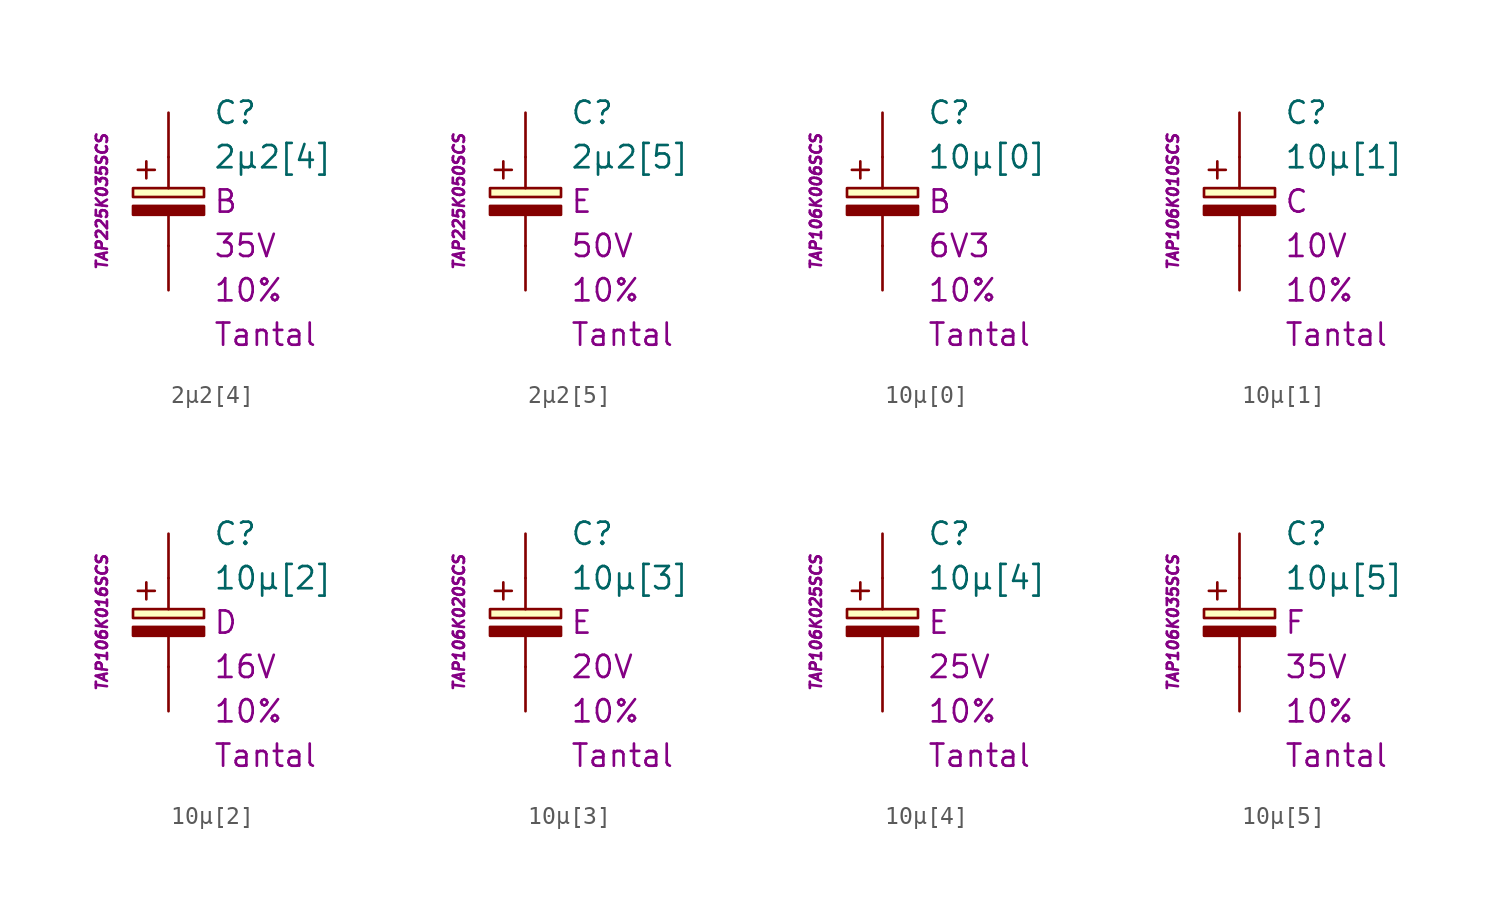
<source format=kicad_sym>
(kicad_symbol_lib
  (version 20201005)
  (generator kicad_symbol_editor)
  (symbol "2µ2[4]"
    (pin_numbers hide)
    (pin_names
      (offset 1.016) hide)
    (property "Reference" "C"
      (at 2.54 5.08 0)
      (effects (font (size 1.27 1.27)) (justify left)))
    (property "Value" "2µ2[4]"
      (at 2.54 2.54 0)
      (effects (font (size 1.27 1.27)) (justify left)))
    (property "Package" "B"
      (at 2.54 0 0)
      (effects (font (size 1.27 1.27)) (justify left)))
    (property "Voltage" "35V"
      (at 2.54 -2.54 0)
      (effects (font (size 1.27 1.27)) (justify left)))
    (property "Tolerance" "10%"
      (at 2.54 -5.08 0)
      (effects (font (size 1.27 1.27)) (justify left)))
    (property "Dielectric" "Tantal"
      (at 2.54 -7.62 0)
      (effects (font (size 1.27 1.27)) (justify left)))
    (property "MPN" "TAP225K035SCS"
      (at -3.81 0 90)
      (effects (font (size 0.635 0.635) italic)))
    (symbol "2µ2[4]_0_0"
      (text "+" (at -1.27 1.905 0) (effects (font (size 1.27 1.27)))))
    (symbol "2µ2[4]_0_1"
      (rectangle (start -2.032 -0.254) (end 2.032 -0.762) (stroke (width 0.152)) (fill (type outline)))
      (rectangle (start -2.032 0.254) (end 2.032 0.762) (stroke (width 0.152)) (fill (type background)))
      (polyline (pts (xy 0 -2.54) (xy 0 -0.762)) (stroke (width 0.152)) (fill (type none)))
      (polyline (pts (xy 0 0.762) (xy 0 2.54)) (stroke (width 0.152)) (fill (type none))))
    (symbol "2µ2[4]_1_1"
      (pin passive line (at 0 5.08 270) (length 2.54) (name "~" (effects (font (size 1.778 1.778)))) (number "1" (effects (font (size 1.778 1.778)))))
      (pin passive line (at 0 -5.08 90) (length 2.54) (name "~" (effects (font (size 1.778 1.778)))) (number "2" (effects (font (size 1.778 1.778)))))))
  (symbol "2µ2[5]"
    (pin_numbers hide)
    (pin_names
      (offset 1.016) hide)
    (property "Reference" "C"
      (at 2.54 5.08 0)
      (effects (font (size 1.27 1.27)) (justify left)))
    (property "Value" "2µ2[5]"
      (at 2.54 2.54 0)
      (effects (font (size 1.27 1.27)) (justify left)))
    (property "Package" "E"
      (at 2.54 0 0)
      (effects (font (size 1.27 1.27)) (justify left)))
    (property "Voltage" "50V"
      (at 2.54 -2.54 0)
      (effects (font (size 1.27 1.27)) (justify left)))
    (property "Tolerance" "10%"
      (at 2.54 -5.08 0)
      (effects (font (size 1.27 1.27)) (justify left)))
    (property "Dielectric" "Tantal"
      (at 2.54 -7.62 0)
      (effects (font (size 1.27 1.27)) (justify left)))
    (property "MPN" "TAP225K050SCS"
      (at -3.81 0 90)
      (effects (font (size 0.635 0.635) italic)))
    (symbol "2µ2[5]_0_0"
      (text "+" (at -1.27 1.905 0) (effects (font (size 1.27 1.27)))))
    (symbol "2µ2[5]_0_1"
      (rectangle (start -2.032 -0.254) (end 2.032 -0.762) (stroke (width 0.152)) (fill (type outline)))
      (rectangle (start -2.032 0.254) (end 2.032 0.762) (stroke (width 0.152)) (fill (type background)))
      (polyline (pts (xy 0 -2.54) (xy 0 -0.762)) (stroke (width 0.152)) (fill (type none)))
      (polyline (pts (xy 0 0.762) (xy 0 2.54)) (stroke (width 0.152)) (fill (type none))))
    (symbol "2µ2[5]_1_1"
      (pin passive line (at 0 5.08 270) (length 2.54) (name "~" (effects (font (size 1.778 1.778)))) (number "1" (effects (font (size 1.778 1.778)))))
      (pin passive line (at 0 -5.08 90) (length 2.54) (name "~" (effects (font (size 1.778 1.778)))) (number "2" (effects (font (size 1.778 1.778)))))))
  (symbol "10µ[0]"
    (pin_numbers hide)
    (pin_names
      (offset 1.016) hide)
    (property "Reference" "C"
      (at 2.54 5.08 0)
      (effects (font (size 1.27 1.27)) (justify left)))
    (property "Value" "10µ[0]"
      (at 2.54 2.54 0)
      (effects (font (size 1.27 1.27)) (justify left)))
    (property "Package" "B"
      (at 2.54 0 0)
      (effects (font (size 1.27 1.27)) (justify left)))
    (property "Voltage" "6V3"
      (at 2.54 -2.54 0)
      (effects (font (size 1.27 1.27)) (justify left)))
    (property "Tolerance" "10%"
      (at 2.54 -5.08 0)
      (effects (font (size 1.27 1.27)) (justify left)))
    (property "Dielectric" "Tantal"
      (at 2.54 -7.62 0)
      (effects (font (size 1.27 1.27)) (justify left)))
    (property "MPN" "TAP106K006SCS"
      (at -3.81 0 90)
      (effects (font (size 0.635 0.635) italic)))
    (symbol "10µ[0]_0_0"
      (text "+" (at -1.27 1.905 0) (effects (font (size 1.27 1.27)))))
    (symbol "10µ[0]_0_1"
      (rectangle (start -2.032 -0.254) (end 2.032 -0.762) (stroke (width 0.152)) (fill (type outline)))
      (rectangle (start -2.032 0.254) (end 2.032 0.762) (stroke (width 0.152)) (fill (type background)))
      (polyline (pts (xy 0 -2.54) (xy 0 -0.762)) (stroke (width 0.152)) (fill (type none)))
      (polyline (pts (xy 0 0.762) (xy 0 2.54)) (stroke (width 0.152)) (fill (type none))))
    (symbol "10µ[0]_1_1"
      (pin passive line (at 0 5.08 270) (length 2.54) (name "~" (effects (font (size 1.778 1.778)))) (number "1" (effects (font (size 1.778 1.778)))))
      (pin passive line (at 0 -5.08 90) (length 2.54) (name "~" (effects (font (size 1.778 1.778)))) (number "2" (effects (font (size 1.778 1.778)))))))
  (symbol "10µ[1]"
    (pin_numbers hide)
    (pin_names
      (offset 1.016) hide)
    (property "Reference" "C"
      (at 2.54 5.08 0)
      (effects (font (size 1.27 1.27)) (justify left)))
    (property "Value" "10µ[1]"
      (at 2.54 2.54 0)
      (effects (font (size 1.27 1.27)) (justify left)))
    (property "Package" "C"
      (at 2.54 0 0)
      (effects (font (size 1.27 1.27)) (justify left)))
    (property "Voltage" "10V"
      (at 2.54 -2.54 0)
      (effects (font (size 1.27 1.27)) (justify left)))
    (property "Tolerance" "10%"
      (at 2.54 -5.08 0)
      (effects (font (size 1.27 1.27)) (justify left)))
    (property "Dielectric" "Tantal"
      (at 2.54 -7.62 0)
      (effects (font (size 1.27 1.27)) (justify left)))
    (property "MPN" "TAP106K010SCS"
      (at -3.81 0 90)
      (effects (font (size 0.635 0.635) italic)))
    (symbol "10µ[1]_0_0"
      (text "+" (at -1.27 1.905 0) (effects (font (size 1.27 1.27)))))
    (symbol "10µ[1]_0_1"
      (rectangle (start -2.032 -0.254) (end 2.032 -0.762) (stroke (width 0.152)) (fill (type outline)))
      (rectangle (start -2.032 0.254) (end 2.032 0.762) (stroke (width 0.152)) (fill (type background)))
      (polyline (pts (xy 0 -2.54) (xy 0 -0.762)) (stroke (width 0.152)) (fill (type none)))
      (polyline (pts (xy 0 0.762) (xy 0 2.54)) (stroke (width 0.152)) (fill (type none))))
    (symbol "10µ[1]_1_1"
      (pin passive line (at 0 5.08 270) (length 2.54) (name "~" (effects (font (size 1.778 1.778)))) (number "1" (effects (font (size 1.778 1.778)))))
      (pin passive line (at 0 -5.08 90) (length 2.54) (name "~" (effects (font (size 1.778 1.778)))) (number "2" (effects (font (size 1.778 1.778)))))))
  (symbol "10µ[2]"
    (pin_numbers hide)
    (pin_names
      (offset 1.016) hide)
    (property "Reference" "C"
      (at 2.54 5.08 0)
      (effects (font (size 1.27 1.27)) (justify left)))
    (property "Value" "10µ[2]"
      (at 2.54 2.54 0)
      (effects (font (size 1.27 1.27)) (justify left)))
    (property "Package" "D"
      (at 2.54 0 0)
      (effects (font (size 1.27 1.27)) (justify left)))
    (property "Voltage" "16V"
      (at 2.54 -2.54 0)
      (effects (font (size 1.27 1.27)) (justify left)))
    (property "Tolerance" "10%"
      (at 2.54 -5.08 0)
      (effects (font (size 1.27 1.27)) (justify left)))
    (property "Dielectric" "Tantal"
      (at 2.54 -7.62 0)
      (effects (font (size 1.27 1.27)) (justify left)))
    (property "MPN" "TAP106K016SCS"
      (at -3.81 0 90)
      (effects (font (size 0.635 0.635) italic)))
    (symbol "10µ[2]_0_0"
      (text "+" (at -1.27 1.905 0) (effects (font (size 1.27 1.27)))))
    (symbol "10µ[2]_0_1"
      (rectangle (start -2.032 -0.254) (end 2.032 -0.762) (stroke (width 0.152)) (fill (type outline)))
      (rectangle (start -2.032 0.254) (end 2.032 0.762) (stroke (width 0.152)) (fill (type background)))
      (polyline (pts (xy 0 -2.54) (xy 0 -0.762)) (stroke (width 0.152)) (fill (type none)))
      (polyline (pts (xy 0 0.762) (xy 0 2.54)) (stroke (width 0.152)) (fill (type none))))
    (symbol "10µ[2]_1_1"
      (pin passive line (at 0 5.08 270) (length 2.54) (name "~" (effects (font (size 1.778 1.778)))) (number "1" (effects (font (size 1.778 1.778)))))
      (pin passive line (at 0 -5.08 90) (length 2.54) (name "~" (effects (font (size 1.778 1.778)))) (number "2" (effects (font (size 1.778 1.778)))))))
  (symbol "10µ[3]"
    (pin_numbers hide)
    (pin_names
      (offset 1.016) hide)
    (property "Reference" "C"
      (at 2.54 5.08 0)
      (effects (font (size 1.27 1.27)) (justify left)))
    (property "Value" "10µ[3]"
      (at 2.54 2.54 0)
      (effects (font (size 1.27 1.27)) (justify left)))
    (property "Package" "E"
      (at 2.54 0 0)
      (effects (font (size 1.27 1.27)) (justify left)))
    (property "Voltage" "20V"
      (at 2.54 -2.54 0)
      (effects (font (size 1.27 1.27)) (justify left)))
    (property "Tolerance" "10%"
      (at 2.54 -5.08 0)
      (effects (font (size 1.27 1.27)) (justify left)))
    (property "Dielectric" "Tantal"
      (at 2.54 -7.62 0)
      (effects (font (size 1.27 1.27)) (justify left)))
    (property "MPN" "TAP106K020SCS"
      (at -3.81 0 90)
      (effects (font (size 0.635 0.635) italic)))
    (symbol "10µ[3]_0_0"
      (text "+" (at -1.27 1.905 0) (effects (font (size 1.27 1.27)))))
    (symbol "10µ[3]_0_1"
      (rectangle (start -2.032 -0.254) (end 2.032 -0.762) (stroke (width 0.152)) (fill (type outline)))
      (rectangle (start -2.032 0.254) (end 2.032 0.762) (stroke (width 0.152)) (fill (type background)))
      (polyline (pts (xy 0 -2.54) (xy 0 -0.762)) (stroke (width 0.152)) (fill (type none)))
      (polyline (pts (xy 0 0.762) (xy 0 2.54)) (stroke (width 0.152)) (fill (type none))))
    (symbol "10µ[3]_1_1"
      (pin passive line (at 0 5.08 270) (length 2.54) (name "~" (effects (font (size 1.778 1.778)))) (number "1" (effects (font (size 1.778 1.778)))))
      (pin passive line (at 0 -5.08 90) (length 2.54) (name "~" (effects (font (size 1.778 1.778)))) (number "2" (effects (font (size 1.778 1.778)))))))
  (symbol "10µ[4]"
    (pin_numbers hide)
    (pin_names
      (offset 1.016) hide)
    (property "Reference" "C"
      (at 2.54 5.08 0)
      (effects (font (size 1.27 1.27)) (justify left)))
    (property "Value" "10µ[4]"
      (at 2.54 2.54 0)
      (effects (font (size 1.27 1.27)) (justify left)))
    (property "Package" "E"
      (at 2.54 0 0)
      (effects (font (size 1.27 1.27)) (justify left)))
    (property "Voltage" "25V"
      (at 2.54 -2.54 0)
      (effects (font (size 1.27 1.27)) (justify left)))
    (property "Tolerance" "10%"
      (at 2.54 -5.08 0)
      (effects (font (size 1.27 1.27)) (justify left)))
    (property "Dielectric" "Tantal"
      (at 2.54 -7.62 0)
      (effects (font (size 1.27 1.27)) (justify left)))
    (property "MPN" "TAP106K025SCS"
      (at -3.81 0 90)
      (effects (font (size 0.635 0.635) italic)))
    (symbol "10µ[4]_0_0"
      (text "+" (at -1.27 1.905 0) (effects (font (size 1.27 1.27)))))
    (symbol "10µ[4]_0_1"
      (rectangle (start -2.032 -0.254) (end 2.032 -0.762) (stroke (width 0.152)) (fill (type outline)))
      (rectangle (start -2.032 0.254) (end 2.032 0.762) (stroke (width 0.152)) (fill (type background)))
      (polyline (pts (xy 0 -2.54) (xy 0 -0.762)) (stroke (width 0.152)) (fill (type none)))
      (polyline (pts (xy 0 0.762) (xy 0 2.54)) (stroke (width 0.152)) (fill (type none))))
    (symbol "10µ[4]_1_1"
      (pin passive line (at 0 5.08 270) (length 2.54) (name "~" (effects (font (size 1.778 1.778)))) (number "1" (effects (font (size 1.778 1.778)))))
      (pin passive line (at 0 -5.08 90) (length 2.54) (name "~" (effects (font (size 1.778 1.778)))) (number "2" (effects (font (size 1.778 1.778)))))))
  (symbol "10µ[5]"
    (pin_numbers hide)
    (pin_names
      (offset 1.016) hide)
    (property "Reference" "C"
      (at 2.54 5.08 0)
      (effects (font (size 1.27 1.27)) (justify left)))
    (property "Value" "10µ[5]"
      (at 2.54 2.54 0)
      (effects (font (size 1.27 1.27)) (justify left)))
    (property "Package" "F"
      (at 2.54 0 0)
      (effects (font (size 1.27 1.27)) (justify left)))
    (property "Voltage" "35V"
      (at 2.54 -2.54 0)
      (effects (font (size 1.27 1.27)) (justify left)))
    (property "Tolerance" "10%"
      (at 2.54 -5.08 0)
      (effects (font (size 1.27 1.27)) (justify left)))
    (property "Dielectric" "Tantal"
      (at 2.54 -7.62 0)
      (effects (font (size 1.27 1.27)) (justify left)))
    (property "MPN" "TAP106K035SCS"
      (at -3.81 0 90)
      (effects (font (size 0.635 0.635) italic)))
    (symbol "10µ[5]_0_0"
      (text "+" (at -1.27 1.905 0) (effects (font (size 1.27 1.27)))))
    (symbol "10µ[5]_0_1"
      (rectangle (start -2.032 -0.254) (end 2.032 -0.762) (stroke (width 0.152)) (fill (type outline)))
      (rectangle (start -2.032 0.254) (end 2.032 0.762) (stroke (width 0.152)) (fill (type background)))
      (polyline (pts (xy 0 -2.54) (xy 0 -0.762)) (stroke (width 0.152)) (fill (type none)))
      (polyline (pts (xy 0 0.762) (xy 0 2.54)) (stroke (width 0.152)) (fill (type none))))
    (symbol "10µ[5]_1_1"
      (pin passive line (at 0 5.08 270) (length 2.54) (name "~" (effects (font (size 1.778 1.778)))) (number "1" (effects (font (size 1.778 1.778)))))
      (pin passive line (at 0 -5.08 90) (length 2.54) (name "~" (effects (font (size 1.778 1.778)))) (number "2" (effects (font (size 1.778 1.778))))))))
</source>
